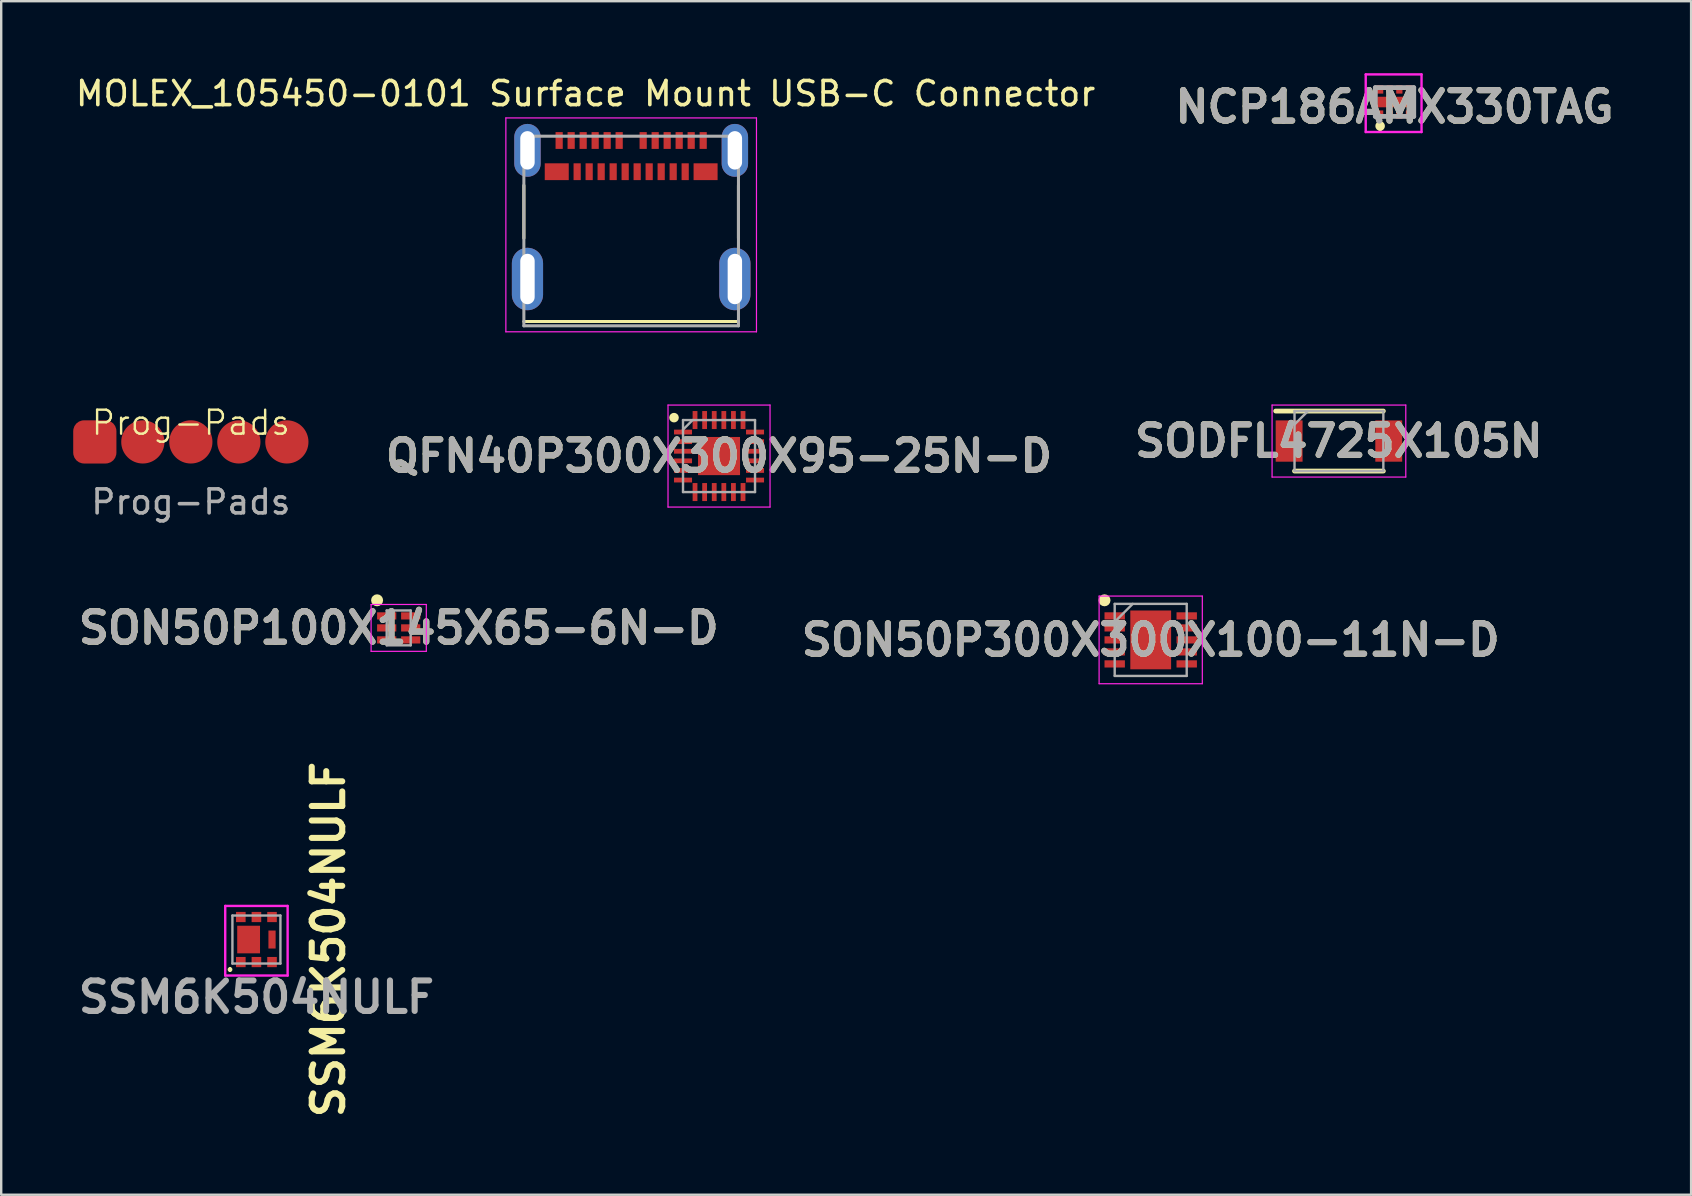
<source format=kicad_pcb>
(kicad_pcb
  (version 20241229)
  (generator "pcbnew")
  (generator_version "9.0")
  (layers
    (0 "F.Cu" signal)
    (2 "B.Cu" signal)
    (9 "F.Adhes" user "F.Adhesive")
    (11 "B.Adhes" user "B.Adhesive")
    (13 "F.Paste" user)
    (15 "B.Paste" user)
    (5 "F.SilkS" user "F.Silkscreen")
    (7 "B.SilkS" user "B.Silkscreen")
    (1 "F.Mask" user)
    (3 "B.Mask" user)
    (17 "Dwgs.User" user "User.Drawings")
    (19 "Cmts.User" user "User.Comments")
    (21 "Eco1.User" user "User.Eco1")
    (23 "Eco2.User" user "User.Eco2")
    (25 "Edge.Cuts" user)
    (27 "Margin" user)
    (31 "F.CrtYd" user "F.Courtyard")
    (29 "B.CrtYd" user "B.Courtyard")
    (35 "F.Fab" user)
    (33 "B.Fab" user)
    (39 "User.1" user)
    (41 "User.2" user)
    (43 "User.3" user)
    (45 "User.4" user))
  (footprint "QFN40P300X300X95-25N-D"
    (layer "F.Cu")
    (at 26.903 15.948)
    (property "Reference" "QFN40P300X300X95-25N-D" (at 0 0 0) (layer "F.SilkS") (effects (font (size 1.27 1.27) (thickness 0.254))))
    (attr smd)
    (fp_circle (center -1.875 -1.6) (end -1.875 -1.5) (stroke (width 0.2) (type solid)) (fill no) (layer "F.SilkS"))
    (fp_line (start -2.125 -2.125) (end 2.125 -2.125) (stroke (width 0.05) (type solid)) (layer "F.CrtYd"))
    (fp_line (start -2.125 2.125) (end -2.125 -2.125) (stroke (width 0.05) (type solid)) (layer "F.CrtYd"))
    (fp_line (start 2.125 -2.125) (end 2.125 2.125) (stroke (width 0.05) (type solid)) (layer "F.CrtYd"))
    (fp_line (start 2.125 2.125) (end -2.125 2.125) (stroke (width 0.05) (type solid)) (layer "F.CrtYd"))
    (fp_line (start -1.5 -1.5) (end 1.5 -1.5) (stroke (width 0.1) (type solid)) (layer "F.Fab"))
    (fp_line (start -1.5 -1.1) (end -1.1 -1.5) (stroke (width 0.1) (type solid)) (layer "F.Fab"))
    (fp_line (start -1.5 1.5) (end -1.5 -1.5) (stroke (width 0.1) (type solid)) (layer "F.Fab"))
    (fp_line (start 1.5 -1.5) (end 1.5 1.5) (stroke (width 0.1) (type solid)) (layer "F.Fab"))
    (fp_line (start 1.5 1.5) (end -1.5 1.5) (stroke (width 0.1) (type solid)) (layer "F.Fab"))
    (fp_text user "${REFERENCE}" (at 0 0 0) (layer "F.Fab") (effects (font (size 1.27 1.27) (thickness 0.254))))
    (pad "1" smd rect (at -1.5 -1 90) (size 0.2 0.75) (layers "F.Cu" "F.Mask" "F.Paste"))
    (pad "2" smd rect (at -1.5 -0.6 90) (size 0.2 0.75) (layers "F.Cu" "F.Mask" "F.Paste"))
    (pad "3" smd rect (at -1.5 -0.2 90) (size 0.2 0.75) (layers "F.Cu" "F.Mask" "F.Paste"))
    (pad "4" smd rect (at -1.5 0.2 90) (size 0.2 0.75) (layers "F.Cu" "F.Mask" "F.Paste"))
    (pad "5" smd rect (at -1.5 0.6 90) (size 0.2 0.75) (layers "F.Cu" "F.Mask" "F.Paste"))
    (pad "6" smd rect (at -1.5 1 90) (size 0.2 0.75) (layers "F.Cu" "F.Mask" "F.Paste"))
    (pad "7" smd rect (at -1 1.5) (size 0.2 0.75) (layers "F.Cu" "F.Mask" "F.Paste"))
    (pad "8" smd rect (at -0.6 1.5) (size 0.2 0.75) (layers "F.Cu" "F.Mask" "F.Paste"))
    (pad "9" smd rect (at -0.2 1.5) (size 0.2 0.75) (layers "F.Cu" "F.Mask" "F.Paste"))
    (pad "10" smd rect (at 0.2 1.5) (size 0.2 0.75) (layers "F.Cu" "F.Mask" "F.Paste"))
    (pad "11" smd rect (at 0.6 1.5) (size 0.2 0.75) (layers "F.Cu" "F.Mask" "F.Paste"))
    (pad "12" smd rect (at 1 1.5) (size 0.2 0.75) (layers "F.Cu" "F.Mask" "F.Paste"))
    (pad "13" smd rect (at 1.5 1 90) (size 0.2 0.75) (layers "F.Cu" "F.Mask" "F.Paste"))
    (pad "14" smd rect (at 1.5 0.6 90) (size 0.2 0.75) (layers "F.Cu" "F.Mask" "F.Paste"))
    (pad "15" smd rect (at 1.5 0.2 90) (size 0.2 0.75) (layers "F.Cu" "F.Mask" "F.Paste"))
    (pad "16" smd rect (at 1.5 -0.2 90) (size 0.2 0.75) (layers "F.Cu" "F.Mask" "F.Paste"))
    (pad "17" smd rect (at 1.5 -0.6 90) (size 0.2 0.75) (layers "F.Cu" "F.Mask" "F.Paste"))
    (pad "18" smd rect (at 1.5 -1 90) (size 0.2 0.75) (layers "F.Cu" "F.Mask" "F.Paste"))
    (pad "19" smd rect (at 1 -1.5) (size 0.2 0.75) (layers "F.Cu" "F.Mask" "F.Paste"))
    (pad "20" smd rect (at 0.6 -1.5) (size 0.2 0.75) (layers "F.Cu" "F.Mask" "F.Paste"))
    (pad "21" smd rect (at 0.2 -1.5) (size 0.2 0.75) (layers "F.Cu" "F.Mask" "F.Paste"))
    (pad "22" smd rect (at -0.2 -1.5) (size 0.2 0.75) (layers "F.Cu" "F.Mask" "F.Paste"))
    (pad "23" smd rect (at -0.6 -1.5) (size 0.2 0.75) (layers "F.Cu" "F.Mask" "F.Paste"))
    (pad "24" smd rect (at -1 -1.5) (size 0.2 0.75) (layers "F.Cu" "F.Mask" "F.Paste"))
    (pad "25" smd rect (at 0 0 90) (size 1.59 1.75) (layers "F.Cu" "F.Mask" "F.Paste")))
  (footprint "NCP186AMX330TAG"
    (layer "F.Cu")
    (at 55.043 1.45)
    (property "Reference" "NCP186AMX330TAG" (at 0 -0.05 0) (layer "F.SilkS") (effects (font (size 1.27 1.27) (thickness 0.254))))
    (attr smd)
    (fp_line (start -0.6 0.65) (end -0.6 0.65) (stroke (width 0.2) (type solid)) (layer "F.SilkS"))
    (fp_line (start -0.6 0.85) (end -0.6 0.85) (stroke (width 0.2) (type solid)) (layer "F.SilkS"))
    (fp_arc (start -0.6 0.65) (mid -0.5 0.75) (end -0.6 0.85) (stroke (width 0.2) (type solid)) (layer "F.SilkS"))
    (fp_arc (start -0.6 0.85) (mid -0.7 0.75) (end -0.6 0.65) (stroke (width 0.2) (type solid)) (layer "F.SilkS"))
    (fp_line (start -1.2 -1.4) (end 1.125 -1.4) (stroke (width 0.1) (type solid)) (layer "F.CrtYd"))
    (fp_line (start -1.2 1) (end -1.2 -1.4) (stroke (width 0.1) (type solid)) (layer "F.CrtYd"))
    (fp_line (start 1.125 -1.4) (end 1.125 1) (stroke (width 0.1) (type solid)) (layer "F.CrtYd"))
    (fp_line (start 1.125 1) (end -1.2 1) (stroke (width 0.1) (type solid)) (layer "F.CrtYd"))
    (fp_line (start -0.8 -0.85) (end 0.8 -0.85) (stroke (width 0.2) (type solid)) (layer "F.Fab"))
    (fp_line (start -0.8 0.35) (end -0.8 -0.85) (stroke (width 0.2) (type solid)) (layer "F.Fab"))
    (fp_line (start 0.8 -0.85) (end 0.8 0.35) (stroke (width 0.2) (type solid)) (layer "F.Fab"))
    (fp_line (start 0.8 0.35) (end -0.8 0.35) (stroke (width 0.2) (type solid)) (layer "F.Fab"))
    (fp_text user "${REFERENCE}" (at 0 -0.05 0) (layer "F.Fab") (effects (font (size 1.27 1.27) (thickness 0.254))))
    (pad "1" smd rect (at -0.6 0.275) (size 0.26 0.35) (layers "F.Cu" "F.Mask" "F.Paste"))
    (pad "2" smd rect (at -0.2 0.275) (size 0.26 0.35) (layers "F.Cu" "F.Mask" "F.Paste"))
    (pad "3" smd rect (at 0.2 0.275) (size 0.26 0.35) (layers "F.Cu" "F.Mask" "F.Paste"))
    (pad "4" smd rect (at 0.6 0.275) (size 0.26 0.35) (layers "F.Cu" "F.Mask" "F.Paste"))
    (pad "5" smd rect (at 0.6 -0.775) (size 0.26 0.35) (layers "F.Cu" "F.Mask" "F.Paste"))
    (pad "6" smd rect (at 0.2 -0.775) (size 0.26 0.35) (layers "F.Cu" "F.Mask" "F.Paste"))
    (pad "7" smd rect (at -0.2 -0.775) (size 0.26 0.35) (layers "F.Cu" "F.Mask" "F.Paste"))
    (pad "8" smd rect (at -0.6 -0.775) (size 0.26 0.35) (layers "F.Cu" "F.Mask" "F.Paste"))
    (pad "9" smd rect (at 0 -0.25 90) (size 0.44 1.44) (layers "F.Cu" "F.Mask" "F.Paste")))
  (footprint "SON50P100X145X65-6N-D"
    (layer "F.Cu")
    (at 13.559 23.107)
    (property "Reference" "SON50P100X145X65-6N-D" (at 0 0 0) (layer "F.SilkS") (effects (font (size 1.27 1.27) (thickness 0.254))))
    (attr smd)
    (fp_circle (center -0.9 -1.15) (end -0.9 -1.025) (stroke (width 0.25) (type solid)) (fill no) (layer "F.SilkS"))
    (fp_line (start -1.15 -0.975) (end 1.15 -0.975) (stroke (width 0.05) (type solid)) (layer "F.CrtYd"))
    (fp_line (start -1.15 0.975) (end -1.15 -0.975) (stroke (width 0.05) (type solid)) (layer "F.CrtYd"))
    (fp_line (start 1.15 -0.975) (end 1.15 0.975) (stroke (width 0.05) (type solid)) (layer "F.CrtYd"))
    (fp_line (start 1.15 0.975) (end -1.15 0.975) (stroke (width 0.05) (type solid)) (layer "F.CrtYd"))
    (fp_line (start -0.5 -0.725) (end 0.5 -0.725) (stroke (width 0.1) (type solid)) (layer "F.Fab"))
    (fp_line (start -0.5 -0.475) (end -0.25 -0.725) (stroke (width 0.1) (type solid)) (layer "F.Fab"))
    (fp_line (start -0.5 0.725) (end -0.5 -0.725) (stroke (width 0.1) (type solid)) (layer "F.Fab"))
    (fp_line (start 0.5 -0.725) (end 0.5 0.725) (stroke (width 0.1) (type solid)) (layer "F.Fab"))
    (fp_line (start 0.5 0.725) (end -0.5 0.725) (stroke (width 0.1) (type solid)) (layer "F.Fab"))
    (fp_text user "${REFERENCE}" (at 0 0 0) (layer "F.Fab") (effects (font (size 1.27 1.27) (thickness 0.254))))
    (pad "1" smd rect (at -0.5 -0.5 90) (size 0.3 0.8) (layers "F.Cu" "F.Mask" "F.Paste"))
    (pad "2" smd rect (at -0.5 0 90) (size 0.3 0.8) (layers "F.Cu" "F.Mask" "F.Paste"))
    (pad "3" smd rect (at -0.5 0.5 90) (size 0.3 0.8) (layers "F.Cu" "F.Mask" "F.Paste"))
    (pad "4" smd rect (at 0.5 0.5 90) (size 0.3 0.8) (layers "F.Cu" "F.Mask" "F.Paste"))
    (pad "5" smd rect (at 0.5 0 90) (size 0.3 0.8) (layers "F.Cu" "F.Mask" "F.Paste"))
    (pad "6" smd rect (at 0.5 -0.5 90) (size 0.3 0.8) (layers "F.Cu" "F.Mask" "F.Paste")))
  (footprint "SODFL4725X105N"
    (layer "F.Cu")
    (at 52.727 15.323)
    (property "Reference" "SODFL4725X105N" (at 0 0 0) (layer "F.SilkS") (effects (font (size 1.27 1.27) (thickness 0.254))))
    (attr smd)
    (fp_line (start -2.635 -1.25) (end 1.85 -1.25) (stroke (width 0.2) (type solid)) (layer "F.SilkS"))
    (fp_line (start -1.85 1.25) (end 1.85 1.25) (stroke (width 0.2) (type solid)) (layer "F.SilkS"))
    (fp_line (start -2.785 -1.5) (end 2.785 -1.5) (stroke (width 0.05) (type solid)) (layer "F.CrtYd"))
    (fp_line (start -2.785 1.5) (end -2.785 -1.5) (stroke (width 0.05) (type solid)) (layer "F.CrtYd"))
    (fp_line (start 2.785 -1.5) (end 2.785 1.5) (stroke (width 0.05) (type solid)) (layer "F.CrtYd"))
    (fp_line (start 2.785 1.5) (end -2.785 1.5) (stroke (width 0.05) (type solid)) (layer "F.CrtYd"))
    (fp_line (start -1.85 -1.25) (end 1.85 -1.25) (stroke (width 0.1) (type solid)) (layer "F.Fab"))
    (fp_line (start -1.85 -0.69) (end -1.29 -1.25) (stroke (width 0.1) (type solid)) (layer "F.Fab"))
    (fp_line (start -1.85 1.25) (end -1.85 -1.25) (stroke (width 0.1) (type solid)) (layer "F.Fab"))
    (fp_line (start 1.85 -1.25) (end 1.85 1.25) (stroke (width 0.1) (type solid)) (layer "F.Fab"))
    (fp_line (start 1.85 1.25) (end -1.85 1.25) (stroke (width 0.1) (type solid)) (layer "F.Fab"))
    (fp_text user "${REFERENCE}" (at 0 0 0) (layer "F.Fab") (effects (font (size 1.27 1.27) (thickness 0.254))))
    (pad "1" smd rect (at -2.075 0) (size 1.12 1.72) (layers "F.Cu" "F.Mask" "F.Paste"))
    (pad "2" smd rect (at 2.075 0) (size 1.12 1.72) (layers "F.Cu" "F.Mask" "F.Paste")))
  (footprint "Prog-Pads"
    (layer "F.Cu")
    (at 4.9 15.359)
    (property "Reference" "Prog-Pads" (at 0 -0.8 0) (unlocked yes) (layer "F.SilkS") (effects (font (size 1 1) (thickness 0.1))))
    (attr smd)
    (fp_text user "${REFERENCE}" (at 0 2.5 0) (unlocked yes) (layer "F.Fab") (effects (font (size 1 1) (thickness 0.15))))
    (pad "1" smd roundrect (at -4 0) (size 1.8 1.8) (layers "F.Cu" "F.Mask" "F.Paste") (roundrect_rratio 0.25))
    (pad "2" smd circle (at -2 0) (size 1.8 1.8) (layers "F.Cu" "F.Mask" "F.Paste"))
    (pad "3" smd circle (at 0 0) (size 1.8 1.8) (layers "F.Cu" "F.Mask" "F.Paste"))
    (pad "4" smd circle (at 2 0) (size 1.8 1.8) (layers "F.Cu" "F.Mask" "F.Paste"))
    (pad "5" smd circle (at 4 0) (size 1.8 1.8) (layers "F.Cu" "F.Mask" "F.Paste")))
  (footprint "SON50P300X300X100-11N-D"
    (layer "F.Cu")
    (at 44.886 23.607)
    (property "Reference" "SON50P300X300X100-11N-D" (at 0 0 0) (layer "F.SilkS") (effects (font (size 1.27 1.27) (thickness 0.254))))
    (attr smd)
    (fp_circle (center -1.925 -1.65) (end -1.925 -1.525) (stroke (width 0.25) (type solid)) (fill no) (layer "F.SilkS"))
    (fp_line (start -2.15 -1.825) (end 2.15 -1.825) (stroke (width 0.05) (type solid)) (layer "F.CrtYd"))
    (fp_line (start -2.15 1.825) (end -2.15 -1.825) (stroke (width 0.05) (type solid)) (layer "F.CrtYd"))
    (fp_line (start 2.15 -1.825) (end 2.15 1.825) (stroke (width 0.05) (type solid)) (layer "F.CrtYd"))
    (fp_line (start 2.15 1.825) (end -2.15 1.825) (stroke (width 0.05) (type solid)) (layer "F.CrtYd"))
    (fp_line (start -1.5 -1.5) (end 1.5 -1.5) (stroke (width 0.1) (type solid)) (layer "F.Fab"))
    (fp_line (start -1.5 -0.75) (end -0.75 -1.5) (stroke (width 0.1) (type solid)) (layer "F.Fab"))
    (fp_line (start -1.5 1.5) (end -1.5 -1.5) (stroke (width 0.1) (type solid)) (layer "F.Fab"))
    (fp_line (start 1.5 -1.5) (end 1.5 1.5) (stroke (width 0.1) (type solid)) (layer "F.Fab"))
    (fp_line (start 1.5 1.5) (end -1.5 1.5) (stroke (width 0.1) (type solid)) (layer "F.Fab"))
    (fp_text user "${REFERENCE}" (at 0 0 0) (layer "F.Fab") (effects (font (size 1.27 1.27) (thickness 0.254))))
    (pad "1" smd rect (at -1.5 -1 90) (size 0.3 0.85) (layers "F.Cu" "F.Mask" "F.Paste"))
    (pad "2" smd rect (at -1.5 -0.5 90) (size 0.3 0.85) (layers "F.Cu" "F.Mask" "F.Paste"))
    (pad "3" smd rect (at -1.5 0 90) (size 0.3 0.85) (layers "F.Cu" "F.Mask" "F.Paste"))
    (pad "4" smd rect (at -1.5 0.5 90) (size 0.3 0.85) (layers "F.Cu" "F.Mask" "F.Paste"))
    (pad "5" smd rect (at -1.5 1 90) (size 0.3 0.85) (layers "F.Cu" "F.Mask" "F.Paste"))
    (pad "6" smd rect (at 1.5 1 90) (size 0.3 0.85) (layers "F.Cu" "F.Mask" "F.Paste"))
    (pad "7" smd rect (at 1.5 0.5 90) (size 0.3 0.85) (layers "F.Cu" "F.Mask" "F.Paste"))
    (pad "8" smd rect (at 1.5 0 90) (size 0.3 0.85) (layers "F.Cu" "F.Mask" "F.Paste"))
    (pad "9" smd rect (at 1.5 -0.5 90) (size 0.3 0.85) (layers "F.Cu" "F.Mask" "F.Paste"))
    (pad "10" smd rect (at 1.5 -1 90) (size 0.3 0.85) (layers "F.Cu" "F.Mask" "F.Paste"))
    (pad "11" smd rect (at 0 0) (size 1.7 2.45) (layers "F.Cu" "F.Mask" "F.Paste")))
  (footprint "SSM6K504NULF"
    (layer "F.Cu")
    (at 7.632 36.089)
    (property "Reference" "SSM6K504NULF" (at 3 0 90) (layer "F.SilkS") (effects (font (size 1.27 1.27) (thickness 0.254))))
    (attr smd)
    (fp_line (start -1.1 1.2) (end -1.1 1.2) (stroke (width 0.1) (type solid)) (layer "F.SilkS"))
    (fp_line (start -1.1 1.3) (end -1.1 1.3) (stroke (width 0.1) (type solid)) (layer "F.SilkS"))
    (fp_arc (start -1.1 1.2) (mid -1.05 1.25) (end -1.1 1.3) (stroke (width 0.1) (type solid)) (layer "F.SilkS"))
    (fp_arc (start -1.1 1.3) (mid -1.15 1.25) (end -1.1 1.2) (stroke (width 0.1) (type solid)) (layer "F.SilkS"))
    (fp_line (start -1.3 -1.4) (end 1.3 -1.4) (stroke (width 0.1) (type solid)) (layer "F.CrtYd"))
    (fp_line (start -1.3 1.5) (end -1.3 -1.4) (stroke (width 0.1) (type solid)) (layer "F.CrtYd"))
    (fp_line (start 1.3 -1.4) (end 1.3 1.5) (stroke (width 0.1) (type solid)) (layer "F.CrtYd"))
    (fp_line (start 1.3 1.5) (end -1.3 1.5) (stroke (width 0.1) (type solid)) (layer "F.CrtYd"))
    (fp_line (start -1 -1) (end 1 -1) (stroke (width 0.1) (type solid)) (layer "F.Fab"))
    (fp_line (start -1 1) (end -1 -1) (stroke (width 0.1) (type solid)) (layer "F.Fab"))
    (fp_line (start 1 -1) (end 1 1) (stroke (width 0.1) (type solid)) (layer "F.Fab"))
    (fp_line (start 1 1) (end -1 1) (stroke (width 0.1) (type solid)) (layer "F.Fab"))
    (fp_text user "${REFERENCE}" (at 0 2.4 0) (layer "F.Fab") (effects (font (size 1.27 1.27) (thickness 0.254))))
    (pad "1" smd rect (at -0.65 0.938) (size 0.4 0.425) (layers "F.Cu" "F.Mask" "F.Paste"))
    (pad "2" smd rect (at 0 0.938) (size 0.4 0.425) (layers "F.Cu" "F.Mask" "F.Paste"))
    (pad "3" smd rect (at 0.65 0.938) (size 0.4 0.425) (layers "F.Cu" "F.Mask" "F.Paste"))
    (pad "4" smd rect (at 0.65 -0.938) (size 0.4 0.425) (layers "F.Cu" "F.Mask" "F.Paste"))
    (pad "5" smd rect (at 0 -0.938) (size 0.4 0.425) (layers "F.Cu" "F.Mask" "F.Paste"))
    (pad "6" smd rect (at -0.65 -0.938) (size 0.4 0.425) (layers "F.Cu" "F.Mask" "F.Paste"))
    (pad "7" smd rect (at -0.325 0) (size 0.95 1.15) (layers "F.Cu" "F.Mask" "F.Paste"))
    (pad "8" smd rect (at 0.65 0) (size 0.3 0.75) (layers "F.Cu" "F.Mask" "F.Paste")))
  (footprint "MOLEX_105450-0101 Surface Mount USB-C Connector"
    (layer "F.Cu")
    (at 23.243 6.573)
    (property "Reference" "MOLEX_105450-0101 Surface Mount USB-C Connector" (at -1.899 -5.723 0) (layer "F.SilkS") (effects (font (size 1.004 1.004) (thickness 0.15))))
    (attr smd)
    (fp_line (start -4.47 0.3) (end -4.47 -1.9) (stroke (width 0.127) (type solid)) (layer "F.SilkS"))
    (fp_line (start -4.47 3.77) (end 4.47 3.77) (stroke (width 0.127) (type solid)) (layer "F.SilkS"))
    (fp_line (start 4.47 0.3) (end 4.47 -1.9) (stroke (width 0.127) (type solid)) (layer "F.SilkS"))
    (fp_line (start -5.22 -4.71) (end 5.22 -4.71) (stroke (width 0.05) (type solid)) (layer "F.CrtYd"))
    (fp_line (start -5.22 4.2) (end -5.22 -4.71) (stroke (width 0.05) (type solid)) (layer "F.CrtYd"))
    (fp_line (start 5.22 -4.71) (end 5.22 4.2) (stroke (width 0.05) (type solid)) (layer "F.CrtYd"))
    (fp_line (start 5.22 4.2) (end -5.22 4.2) (stroke (width 0.05) (type solid)) (layer "F.CrtYd"))
    (fp_line (start -4.47 -3.95) (end -4.47 3.95) (stroke (width 0.127) (type solid)) (layer "F.Fab"))
    (fp_line (start -4.47 3.95) (end 4.47 3.95) (stroke (width 0.127) (type solid)) (layer "F.Fab"))
    (fp_line (start 4.47 -3.95) (end -4.47 -3.95) (stroke (width 0.127) (type solid)) (layer "F.Fab"))
    (fp_line (start 4.47 3.95) (end 4.47 -3.95) (stroke (width 0.127) (type solid)) (layer "F.Fab"))
    (pad "A1" smd rect (at -3 -3.77) (size 0.3 0.7) (layers "F.Cu" "F.Mask" "F.Paste"))
    (pad "A2" smd rect (at -2.5 -3.77) (size 0.3 0.7) (layers "F.Cu" "F.Mask" "F.Paste"))
    (pad "A3" smd rect (at -2 -3.77) (size 0.3 0.7) (layers "F.Cu" "F.Mask" "F.Paste"))
    (pad "A4" smd rect (at -1.5 -3.77) (size 0.3 0.7) (layers "F.Cu" "F.Mask" "F.Paste"))
    (pad "A5" smd rect (at -1 -3.77) (size 0.3 0.7) (layers "F.Cu" "F.Mask" "F.Paste"))
    (pad "A6" smd rect (at -0.5 -3.77) (size 0.3 0.7) (layers "F.Cu" "F.Mask" "F.Paste"))
    (pad "A7" smd rect (at 0.5 -3.77) (size 0.3 0.7) (layers "F.Cu" "F.Mask" "F.Paste"))
    (pad "A8" smd rect (at 1 -3.77) (size 0.3 0.7) (layers "F.Cu" "F.Mask" "F.Paste"))
    (pad "A9" smd rect (at 1.5 -3.77) (size 0.3 0.7) (layers "F.Cu" "F.Mask" "F.Paste"))
    (pad "A10" smd rect (at 2 -3.77) (size 0.3 0.7) (layers "F.Cu" "F.Mask" "F.Paste"))
    (pad "A11" smd rect (at 2.5 -3.77) (size 0.3 0.7) (layers "F.Cu" "F.Mask" "F.Paste"))
    (pad "A12" smd rect (at 3 -3.77) (size 0.3 0.7) (layers "F.Cu" "F.Mask" "F.Paste"))
    (pad "B1" smd rect (at 3.1 -2.47) (size 1 0.7) (layers "F.Cu" "F.Mask" "F.Paste"))
    (pad "B2" smd rect (at 2.25 -2.47) (size 0.3 0.7) (layers "F.Cu" "F.Mask" "F.Paste"))
    (pad "B3" smd rect (at 1.75 -2.47) (size 0.3 0.7) (layers "F.Cu" "F.Mask" "F.Paste"))
    (pad "B4" smd rect (at 1.25 -2.47) (size 0.3 0.7) (layers "F.Cu" "F.Mask" "F.Paste"))
    (pad "B5" smd rect (at 0.75 -2.47) (size 0.3 0.7) (layers "F.Cu" "F.Mask" "F.Paste"))
    (pad "B6" smd rect (at 0.25 -2.47) (size 0.3 0.7) (layers "F.Cu" "F.Mask" "F.Paste"))
    (pad "B7" smd rect (at -0.25 -2.47) (size 0.3 0.7) (layers "F.Cu" "F.Mask" "F.Paste"))
    (pad "B8" smd rect (at -0.75 -2.47) (size 0.3 0.7) (layers "F.Cu" "F.Mask" "F.Paste"))
    (pad "B9" smd rect (at -1.25 -2.47) (size 0.3 0.7) (layers "F.Cu" "F.Mask" "F.Paste"))
    (pad "B10" smd rect (at -1.75 -2.47) (size 0.3 0.7) (layers "F.Cu" "F.Mask" "F.Paste"))
    (pad "B11" smd rect (at -2.25 -2.47) (size 0.3 0.7) (layers "F.Cu" "F.Mask" "F.Paste"))
    (pad "B12" smd rect (at -3.1 -2.47) (size 1 0.7) (layers "F.Cu" "F.Mask" "F.Paste"))
    (pad "S1" thru_hole oval (at -4.32 -3.36) (size 1.1 2.2) (drill oval 0.6 1.6) (layers "*.Cu" "*.Mask"))
    (pad "S2" thru_hole oval (at 4.32 -3.36) (size 1.1 2.2) (drill oval 0.6 1.6) (layers "*.Cu" "*.Mask"))
    (pad "S3" thru_hole oval (at -4.32 2) (size 1.3 2.6) (drill oval 0.6 2.1) (layers "*.Cu" "*.Mask"))
    (pad "S4" thru_hole oval (at 4.32 2) (size 1.3 2.6) (drill oval 0.6 2.1) (layers "*.Cu" "*.Mask"))
    (zone (net_name "") (layer "F.Cu") (hatch full 0.508) (connect_pads) (min_thickness 0.01) (filled_areas_thickness no) (keepout (tracks not_allowed) (vias not_allowed) (pads not_allowed) (copperpour not_allowed) (footprints allowed)) (placement (enabled no)) (fill) (polygon (pts (xy 19.742 4.693) (xy 26.743 4.693) (xy 26.743 10.344) (xy 19.742 10.344))))
    (zone (net_name "") (layers "F.Cu" "B.Cu") (hatch full 0.508) (connect_pads) (min_thickness 0.01) (filled_areas_thickness no) (keepout (tracks allowed) (vias not_allowed) (pads allowed) (copperpour allowed) (footprints allowed)) (placement (enabled no)) (fill) (polygon (pts (xy 19.74 4.693) (xy 26.743 4.693) (xy 26.743 10.346) (xy 19.74 10.346)))))
  (gr_rect
    (start -3 -3)
    (end 67.398 46.721)
    (stroke (width 0.1) (type default))
    (fill no)
    (layer "Edge.Cuts")))
</source>
